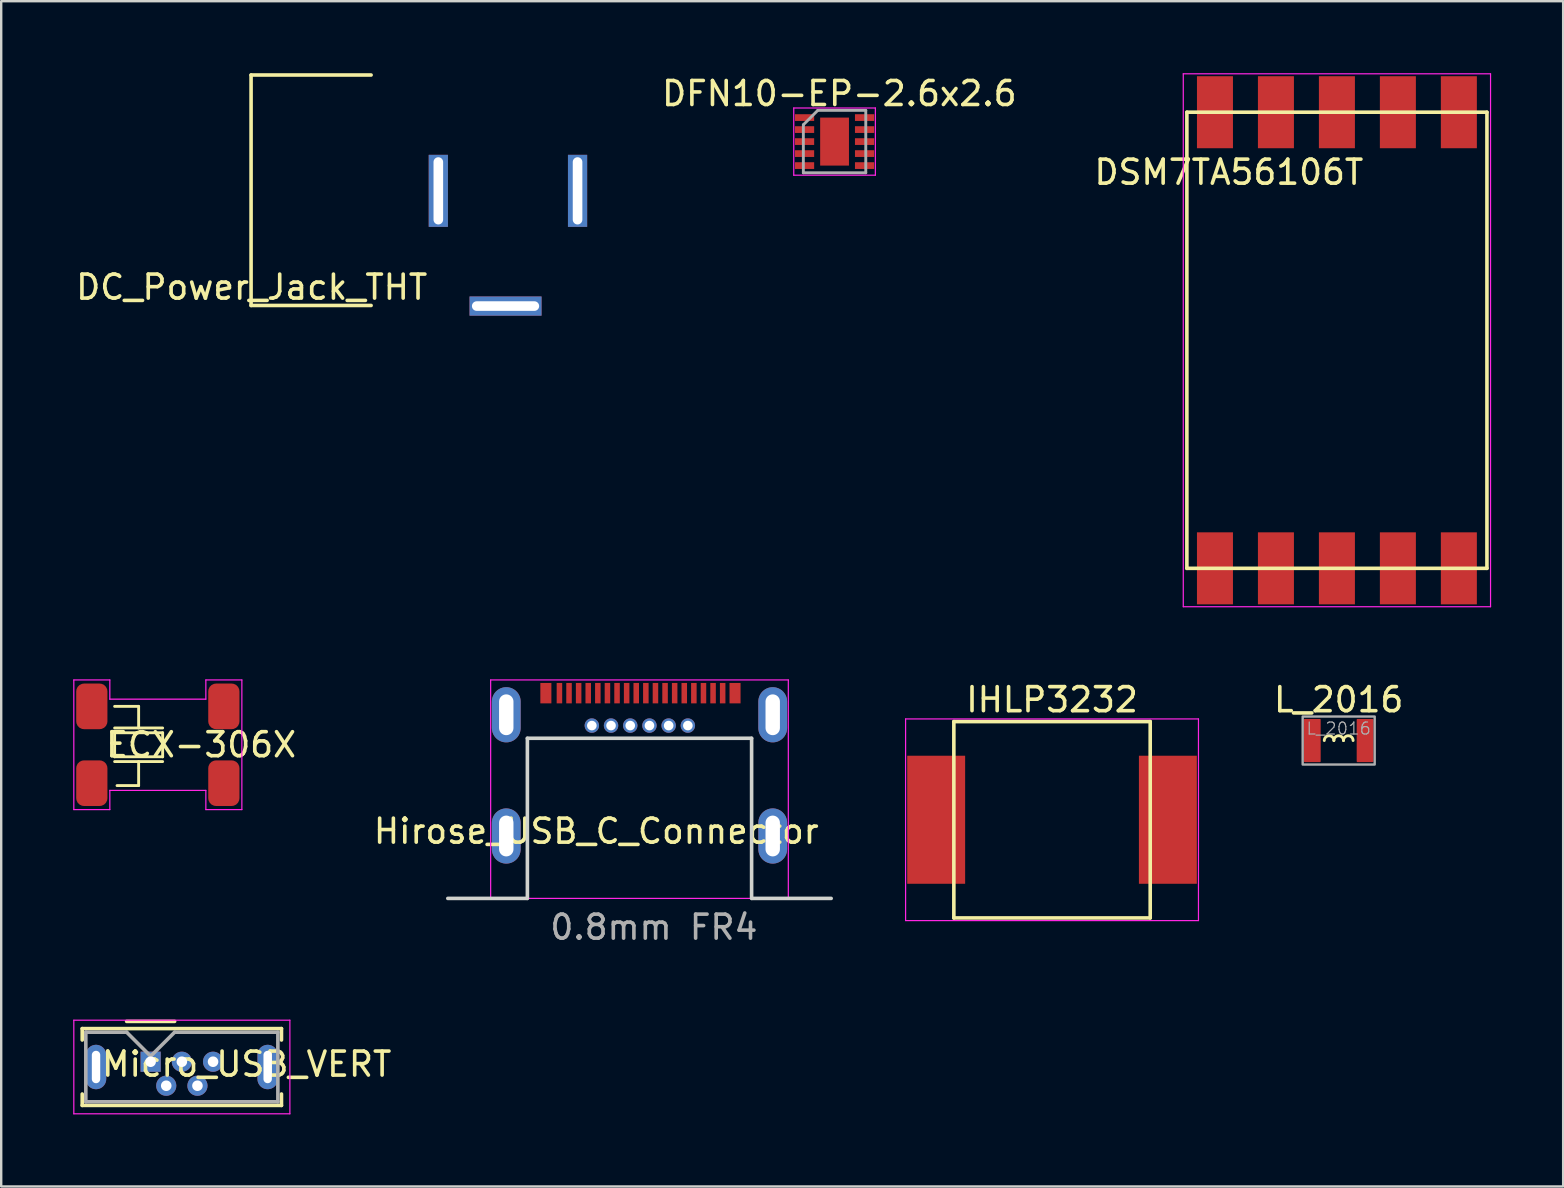
<source format=kicad_pcb>
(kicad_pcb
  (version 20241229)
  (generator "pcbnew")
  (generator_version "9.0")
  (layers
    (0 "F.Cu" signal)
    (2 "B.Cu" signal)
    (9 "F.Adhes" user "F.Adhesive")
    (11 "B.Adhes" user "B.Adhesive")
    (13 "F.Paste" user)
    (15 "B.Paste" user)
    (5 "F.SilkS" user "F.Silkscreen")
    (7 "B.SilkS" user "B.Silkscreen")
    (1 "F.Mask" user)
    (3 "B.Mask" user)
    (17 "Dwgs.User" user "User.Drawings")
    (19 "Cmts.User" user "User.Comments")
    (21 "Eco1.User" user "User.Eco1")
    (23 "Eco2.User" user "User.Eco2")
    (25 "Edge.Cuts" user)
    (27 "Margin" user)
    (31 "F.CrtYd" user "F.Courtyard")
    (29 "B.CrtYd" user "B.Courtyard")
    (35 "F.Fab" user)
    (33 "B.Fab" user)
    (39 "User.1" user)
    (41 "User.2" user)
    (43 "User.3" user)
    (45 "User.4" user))
  (footprint "DSM7TA56106T"
    (layer "F.Cu")
    (at 52.641 11.125)
    (property "Reference" "DSM7TA56106T" (at -4.5 -7 0) (layer "F.SilkS") (effects (font (size 1 1) (thickness 0.15))))
    (fp_line (start -6.25 -9.5) (end -6.25 9.5) (stroke (width 0.15) (type solid)) (layer "F.SilkS"))
    (fp_line (start -6.25 -9.5) (end 6.25 -9.5) (stroke (width 0.15) (type solid)) (layer "F.SilkS"))
    (fp_line (start -6.25 9.5) (end 6.25 9.5) (stroke (width 0.15) (type solid)) (layer "F.SilkS"))
    (fp_line (start 6.25 -9.5) (end 6.25 9.5) (stroke (width 0.15) (type solid)) (layer "F.SilkS"))
    (fp_line (start -6.4 -11.1) (end 6.4 -11.1) (stroke (width 0.05) (type solid)) (layer "F.CrtYd"))
    (fp_line (start -6.4 11.1) (end -6.4 -11.1) (stroke (width 0.05) (type solid)) (layer "F.CrtYd"))
    (fp_line (start 6.4 -11.1) (end 6.4 11.1) (stroke (width 0.05) (type solid)) (layer "F.CrtYd"))
    (fp_line (start 6.4 11.1) (end -6.4 11.1) (stroke (width 0.05) (type solid)) (layer "F.CrtYd"))
    (pad "1" smd rect (at 5.08 9.5) (size 1.5 3) (layers "F.Cu" "F.Mask" "F.Paste"))
    (pad "2" smd rect (at 2.54 9.5) (size 1.5 3) (layers "F.Cu" "F.Mask" "F.Paste"))
    (pad "3" smd rect (at 0 9.5) (size 1.5 3) (layers "F.Cu" "F.Mask" "F.Paste"))
    (pad "4" smd rect (at -2.54 9.5) (size 1.5 3) (layers "F.Cu" "F.Mask" "F.Paste"))
    (pad "5" smd rect (at -5.08 9.5) (size 1.5 3) (layers "F.Cu" "F.Mask" "F.Paste"))
    (pad "6" smd rect (at 5.08 -9.5) (size 1.5 3) (layers "F.Cu" "F.Mask" "F.Paste"))
    (pad "7" smd rect (at 2.54 -9.5) (size 1.5 3) (layers "F.Cu" "F.Mask" "F.Paste"))
    (pad "8" smd rect (at 0 -9.5) (size 1.5 3) (layers "F.Cu" "F.Mask" "F.Paste"))
    (pad "9" smd rect (at -2.54 -9.5) (size 1.5 3) (layers "F.Cu" "F.Mask" "F.Paste"))
    (pad "10" smd rect (at -5.08 -9.5) (size 1.5 3) (layers "F.Cu" "F.Mask" "F.Paste")))
  (footprint "DC_Power_Jack_THT"
    (layer "F.Cu")
    (at 18.382 4.9)
    (property "Reference" "DC_Power_Jack_THT" (at -10.947 4.013 0) (layer "F.SilkS") (effects (font (size 1 1) (thickness 0.15))))
    (fp_line (start -10.973 -4.825) (end -5.973 -4.825) (stroke (width 0.15) (type solid)) (layer "F.SilkS"))
    (fp_line (start -10.973 4.775) (end -10.973 -4.825) (stroke (width 0.15) (type solid)) (layer "F.SilkS"))
    (fp_line (start -10.973 4.775) (end -5.973 4.775) (stroke (width 0.15) (type solid)) (layer "F.SilkS"))
    (pad "1" thru_hole rect (at -0.373 4.8) (size 3 0.8) (drill oval 2.8 0.4) (layers "*.Cu" "*.Mask"))
    (pad "2" thru_hole rect (at 2.627 0 90) (size 3 0.8) (drill oval 2.8 0.4) (layers "*.Cu" "*.Mask"))
    (pad "3" thru_hole rect (at -3.173 0 90) (size 3 0.8) (drill oval 2.8 0.4) (layers "*.Cu" "*.Mask")))
  (footprint "Hirose_USB_C_Connector"
    (layer "F.Cu")
    (at 23.589 34.375)
    (property "Reference" "Hirose_USB_C_Connector" (at -1.8 -2.8 0) (layer "F.SilkS") (effects (font (size 1 1) (thickness 0.15))))
    (fp_line (start -4.685 0) (end -7.985 0) (stroke (width 0.15) (type solid)) (layer "Edge.Cuts"))
    (fp_line (start -4.67 -6.67) (end 4.67 -6.67) (stroke (width 0.15) (type solid)) (layer "Edge.Cuts"))
    (fp_line (start -4.67 0) (end -4.67 -6.67) (stroke (width 0.15) (type solid)) (layer "Edge.Cuts"))
    (fp_line (start 4.67 0) (end 4.67 -6.67) (stroke (width 0.15) (type solid)) (layer "Edge.Cuts"))
    (fp_line (start 4.685 0) (end 7.985 0) (stroke (width 0.15) (type solid)) (layer "Edge.Cuts"))
    (fp_line (start -6.2 -9.1) (end 6.2 -9.1) (stroke (width 0.05) (type solid)) (layer "F.CrtYd"))
    (fp_line (start -6.2 0) (end -6.2 -9.1) (stroke (width 0.05) (type solid)) (layer "F.CrtYd"))
    (fp_line (start 6.2 -9.1) (end 6.2 0) (stroke (width 0.05) (type solid)) (layer "F.CrtYd"))
    (fp_line (start 6.2 0) (end -6.2 0) (stroke (width 0.05) (type solid)) (layer "F.CrtYd"))
    (fp_text user "0.8mm FR4" (at 0.6 1.2 0) (layer "F.Fab") (effects (font (size 1 1) (thickness 0.15))))
    (pad "A1" smd rect (at -2.135 -8.55) (size 0.23 0.85) (layers "F.Cu" "F.Mask" "F.Paste"))
    (pad "A2" smd rect (at -1.735 -8.55) (size 0.23 0.85) (layers "F.Cu" "F.Mask" "F.Paste"))
    (pad "A3" smd rect (at -1.335 -8.55) (size 0.23 0.85) (layers "F.Cu" "F.Mask" "F.Paste"))
    (pad "A4" smd rect (at -0.935 -8.55) (size 0.23 0.85) (layers "F.Cu" "F.Mask" "F.Paste"))
    (pad "A5" smd rect (at -0.535 -8.55) (size 0.23 0.85) (layers "F.Cu" "F.Mask" "F.Paste"))
    (pad "A6" smd rect (at -0.135 -8.55) (size 0.23 0.85) (layers "F.Cu" "F.Mask" "F.Paste"))
    (pad "A7" smd rect (at 0.265 -8.55) (size 0.23 0.85) (layers "F.Cu" "F.Mask" "F.Paste"))
    (pad "A8" smd rect (at 0.665 -8.55) (size 0.23 0.85) (layers "F.Cu" "F.Mask" "F.Paste"))
    (pad "A9" smd rect (at 1.065 -8.55) (size 0.23 0.85) (layers "F.Cu" "F.Mask" "F.Paste"))
    (pad "A10" smd rect (at 1.465 -8.55) (size 0.23 0.85) (layers "F.Cu" "F.Mask" "F.Paste"))
    (pad "A11" smd rect (at 1.865 -8.55) (size 0.23 0.85) (layers "F.Cu" "F.Mask" "F.Paste"))
    (pad "A12" smd rect (at 2.265 -8.55) (size 0.23 0.85) (layers "F.Cu" "F.Mask" "F.Paste"))
    (pad "B1" smd rect (at 3.465 -8.55) (size 0.23 0.85) (layers "F.Cu" "F.Mask" "F.Paste"))
    (pad "B2" smd rect (at 3.065 -8.55) (size 0.23 0.85) (layers "F.Cu" "F.Mask" "F.Paste"))
    (pad "B3" smd rect (at 2.665 -8.55) (size 0.23 0.85) (layers "F.Cu" "F.Mask" "F.Paste"))
    (pad "B4" thru_hole circle (at 2.015 -7.2) (size 0.6 0.6) (drill 0.4) (layers "*.Cu" "*.Mask"))
    (pad "B5" thru_hole circle (at 1.215 -7.2) (size 0.6 0.6) (drill 0.4) (layers "*.Cu" "*.Mask"))
    (pad "B6" thru_hole circle (at 0.415 -7.2) (size 0.6 0.6) (drill 0.4) (layers "*.Cu" "*.Mask"))
    (pad "B7" thru_hole circle (at -0.385 -7.2) (size 0.6 0.6) (drill 0.4) (layers "*.Cu" "*.Mask"))
    (pad "B8" thru_hole circle (at -1.185 -7.2) (size 0.6 0.6) (drill 0.4) (layers "*.Cu" "*.Mask"))
    (pad "B9" thru_hole circle (at -1.985 -7.2) (size 0.6 0.6) (drill 0.4) (layers "*.Cu" "*.Mask"))
    (pad "B10" smd rect (at -2.535 -8.55) (size 0.23 0.85) (layers "F.Cu" "F.Mask" "F.Paste"))
    (pad "B11" smd rect (at -2.935 -8.55) (size 0.23 0.85) (layers "F.Cu" "F.Mask" "F.Paste"))
    (pad "B12" smd rect (at -3.335 -8.55) (size 0.23 0.85) (layers "F.Cu" "F.Mask" "F.Paste"))
    (pad "S1" smd rect (at -3.9 -8.55) (size 0.46 0.85) (layers "F.Cu" "F.Mask" "F.Paste"))
    (pad "S2" smd rect (at 3.98 -8.55) (size 0.46 0.85) (layers "F.Cu" "F.Mask" "F.Paste"))
    (pad "S3" thru_hole oval (at -5.55 -7.65) (size 1.2 2.3) (drill oval 0.6 1.7) (layers "*.Cu" "*.Mask"))
    (pad "S4" thru_hole oval (at 5.55 -7.65) (size 1.2 2.3) (drill oval 0.6 1.7) (layers "*.Cu" "*.Mask"))
    (pad "S5" thru_hole oval (at -5.55 -2.6) (size 1.2 2.3) (drill oval 0.6 1.7) (layers "*.Cu" "*.Mask"))
    (pad "S6" thru_hole oval (at 5.55 -2.6) (size 1.2 2.3) (drill oval 0.6 1.7) (layers "*.Cu" "*.Mask")))
  (footprint "L_2016"
    (layer "F.Cu")
    (at 52.715 27.798)
    (property "Reference" "L_2016" (at 0 -1.7 0) (unlocked yes) (layer "F.SilkS") (effects (font (size 1 1) (thickness 0.15))))
    (fp_arc (start -0.6 0) (mid -0.4 -0.2) (end -0.2 0) (stroke (width 0.12) (type solid)) (layer "F.SilkS"))
    (fp_arc (start -0.2 0) (mid 0 -0.2) (end 0.2 0) (stroke (width 0.12) (type solid)) (layer "F.SilkS"))
    (fp_arc (start 0.2 0) (mid 0.4 -0.2) (end 0.6 0) (stroke (width 0.12) (type solid)) (layer "F.SilkS"))
    (fp_rect (start -1.5 -1) (end 1.5 1) (stroke (width 0.1) (type solid)) (fill no) (layer "F.Fab"))
    (fp_text user "${REFERENCE}" (at 0 -0.5 0) (unlocked yes) (layer "F.Fab") (effects (font (size 0.5 0.5) (thickness 0.05))))
    (pad "1" smd roundrect (at 1.1 0) (size 0.7 1.8) (layers "F.Cu" "F.Mask" "F.Paste") (roundrect_rratio 0.05))
    (pad "2" smd roundrect (at -1.1 0) (size 0.7 1.8) (layers "F.Cu" "F.Mask" "F.Paste") (roundrect_rratio 0.05)))
  (footprint "DFN10-EP-2.6x2.6"
    (layer "F.Cu")
    (at 31.915 2.848)
    (property "Reference" "DFN10-EP-2.6x2.6" (at 0 -2 0) (layer "F.SilkS") (effects (font (size 1 1) (thickness 0.15))))
    (fp_line (start -1.9 -1.4) (end 1.5 -1.4) (stroke (width 0.05) (type solid)) (layer "F.CrtYd"))
    (fp_line (start -1.9 1.4) (end -1.9 -1.4) (stroke (width 0.05) (type solid)) (layer "F.CrtYd"))
    (fp_line (start 1.5 -1.4) (end 1.5 1.4) (stroke (width 0.05) (type solid)) (layer "F.CrtYd"))
    (fp_line (start 1.5 1.4) (end -1.9 1.4) (stroke (width 0.05) (type solid)) (layer "F.CrtYd"))
    (fp_line (start -1.5 -0.7) (end -1.5 1.3) (stroke (width 0.12) (type solid)) (layer "F.Fab"))
    (fp_line (start -1.5 -0.7) (end -0.9 -1.3) (stroke (width 0.12) (type solid)) (layer "F.Fab"))
    (fp_line (start -0.9 -1.3) (end 1.1 -1.3) (stroke (width 0.12) (type solid)) (layer "F.Fab"))
    (fp_line (start 1.1 1.3) (end -1.5 1.3) (stroke (width 0.12) (type solid)) (layer "F.Fab"))
    (fp_line (start 1.1 1.3) (end 1.1 -1.3) (stroke (width 0.12) (type solid)) (layer "F.Fab"))
    (pad "0" smd rect (at -0.2 0 270) (size 2 1.2) (layers "F.Cu" "F.Mask"))
    (pad "1" smd rect (at -1.45 -1 270) (size 0.28 0.8) (layers "F.Cu" "F.Mask" "F.Paste"))
    (pad "2" smd rect (at -1.45 -0.5 270) (size 0.28 0.8) (layers "F.Cu" "F.Mask" "F.Paste"))
    (pad "3" smd rect (at -1.45 0 270) (size 0.28 0.8) (layers "F.Cu" "F.Mask" "F.Paste"))
    (pad "4" smd rect (at -1.45 0.5 270) (size 0.28 0.8) (layers "F.Cu" "F.Mask" "F.Paste"))
    (pad "5" smd rect (at -1.45 1 270) (size 0.28 0.8) (layers "F.Cu" "F.Mask" "F.Paste"))
    (pad "6" smd rect (at 1.05 1 270) (size 0.28 0.8) (layers "F.Cu" "F.Mask" "F.Paste"))
    (pad "7" smd rect (at 1.05 0.5 270) (size 0.28 0.8) (layers "F.Cu" "F.Mask" "F.Paste"))
    (pad "8" smd rect (at 1.05 0 270) (size 0.28 0.8) (layers "F.Cu" "F.Mask" "F.Paste"))
    (pad "9" smd rect (at 1.05 -0.5 270) (size 0.28 0.8) (layers "F.Cu" "F.Mask" "F.Paste"))
    (pad "10" smd rect (at 1.05 -1 270) (size 0.28 0.8) (layers "F.Cu" "F.Mask" "F.Paste")))
  (footprint "IHLP3232"
    (layer "F.Cu")
    (at 40.774 31.098)
    (property "Reference" "IHLP3232" (at 0 -5 180) (layer "F.SilkS") (effects (font (size 1 1) (thickness 0.15))))
    (fp_line (start -4.09 -4.09) (end -4.09 4.09) (stroke (width 0.15) (type solid)) (layer "F.SilkS"))
    (fp_line (start -4.09 4.09) (end 4.09 4.09) (stroke (width 0.15) (type solid)) (layer "F.SilkS"))
    (fp_line (start 4.09 -4.09) (end -4.09 -4.09) (stroke (width 0.15) (type solid)) (layer "F.SilkS"))
    (fp_line (start 4.09 4.09) (end 4.09 -4.09) (stroke (width 0.15) (type solid)) (layer "F.SilkS"))
    (fp_line (start -6.1 -4.2) (end -6.1 4.2) (stroke (width 0.05) (type solid)) (layer "F.CrtYd"))
    (fp_line (start -6.1 4.2) (end 6.1 4.2) (stroke (width 0.05) (type solid)) (layer "F.CrtYd"))
    (fp_line (start 6.1 -4.2) (end -6.1 -4.2) (stroke (width 0.05) (type solid)) (layer "F.CrtYd"))
    (fp_line (start 6.1 4.2) (end 6.1 -4.2) (stroke (width 0.05) (type solid)) (layer "F.CrtYd"))
    (pad "1" smd rect (at -4.826 0) (size 2.413 5.334) (layers "F.Cu" "F.Mask" "F.Paste"))
    (pad "2" smd rect (at 4.826 0) (size 2.413 5.334) (layers "F.Cu" "F.Mask" "F.Paste")))
  (footprint "ECX-306X"
    (layer "F.Cu")
    (at 3.525 27.975)
    (property "Reference" "ECX-306X" (at 1.8 0 0) (layer "F.SilkS") (effects (font (size 1 1) (thickness 0.15))))
    (fp_line (start -1.8 -1.6) (end -0.8 -1.6) (stroke (width 0.12) (type solid)) (layer "F.SilkS"))
    (fp_line (start -1.8 -0.7) (end 0.2 -0.7) (stroke (width 0.12) (type solid)) (layer "F.SilkS"))
    (fp_line (start -1.8 -0.5) (end 0.2 -0.5) (stroke (width 0.12) (type solid)) (layer "F.SilkS"))
    (fp_line (start -1.8 0.5) (end -1.8 -0.5) (stroke (width 0.12) (type solid)) (layer "F.SilkS"))
    (fp_line (start -1.8 0.7) (end 0.2 0.7) (stroke (width 0.12) (type solid)) (layer "F.SilkS"))
    (fp_line (start -0.8 -1.6) (end -0.8 -0.7) (stroke (width 0.12) (type solid)) (layer "F.SilkS"))
    (fp_line (start -0.8 0.7) (end -0.8 1.7) (stroke (width 0.12) (type solid)) (layer "F.SilkS"))
    (fp_line (start -0.8 1.7) (end -1.7 1.7) (stroke (width 0.12) (type solid)) (layer "F.SilkS"))
    (fp_line (start 0.2 -0.5) (end 0.2 0.5) (stroke (width 0.12) (type solid)) (layer "F.SilkS"))
    (fp_line (start 0.2 0.5) (end -1.8 0.5) (stroke (width 0.12) (type solid)) (layer "F.SilkS"))
    (fp_line (start -3.5 -2.7) (end -3.5 2.7) (stroke (width 0.05) (type solid)) (layer "F.CrtYd"))
    (fp_line (start -3.5 -2.7) (end -2 -2.7) (stroke (width 0.05) (type solid)) (layer "F.CrtYd"))
    (fp_line (start -3.5 2.7) (end -2 2.7) (stroke (width 0.05) (type solid)) (layer "F.CrtYd"))
    (fp_line (start -2 -2.7) (end -2 -1.9) (stroke (width 0.05) (type solid)) (layer "F.CrtYd"))
    (fp_line (start -2 -1.9) (end 2 -1.9) (stroke (width 0.05) (type solid)) (layer "F.CrtYd"))
    (fp_line (start -2 1.9) (end 2 1.9) (stroke (width 0.05) (type solid)) (layer "F.CrtYd"))
    (fp_line (start -2 2.7) (end -2 1.9) (stroke (width 0.05) (type solid)) (layer "F.CrtYd"))
    (fp_line (start 2 -2.7) (end 2 -1.9) (stroke (width 0.05) (type solid)) (layer "F.CrtYd"))
    (fp_line (start 2 1.9) (end 2 2.7) (stroke (width 0.05) (type solid)) (layer "F.CrtYd"))
    (fp_line (start 2 2.7) (end 3.5 2.7) (stroke (width 0.05) (type solid)) (layer "F.CrtYd"))
    (fp_line (start 3.5 -2.7) (end 2 -2.7) (stroke (width 0.05) (type solid)) (layer "F.CrtYd"))
    (fp_line (start 3.5 -2.7) (end 3.5 2.7) (stroke (width 0.05) (type solid)) (layer "F.CrtYd"))
    (pad "1" smd roundrect (at -2.75 1.6) (size 1.3 1.9) (layers "F.Cu" "F.Mask" "F.Paste") (roundrect_rratio 0.25))
    (pad "2" smd roundrect (at 2.75 1.6) (size 1.3 1.9) (layers "F.Cu" "F.Mask" "F.Paste") (roundrect_rratio 0.25))
    (pad "3" smd roundrect (at 2.75 -1.6) (size 1.3 1.9) (layers "F.Cu" "F.Mask" "F.Paste") (roundrect_rratio 0.25))
    (pad "4" smd roundrect (at -2.75 -1.6) (size 1.3 1.9) (layers "F.Cu" "F.Mask" "F.Paste") (roundrect_rratio 0.25)))
  (footprint "Micro_USB_VERT"
    (layer "F.Cu")
    (at 3.225 41.178)
    (property "Reference" "Micro_USB_VERT" (at 4 0.1 0) (layer "F.SilkS") (effects (font (size 1 1) (thickness 0.15))))
    (fp_line (start -2.85 -1.38) (end 5.45 -1.38) (stroke (width 0.15) (type solid)) (layer "F.SilkS"))
    (fp_line (start -2.85 -0.905) (end -2.85 -1.38) (stroke (width 0.15) (type solid)) (layer "F.SilkS"))
    (fp_line (start -2.85 1.345) (end -2.85 1.82) (stroke (width 0.15) (type solid)) (layer "F.SilkS"))
    (fp_line (start -2.85 1.82) (end 5.45 1.82) (stroke (width 0.15) (type solid)) (layer "F.SilkS"))
    (fp_line (start -1 -1.68) (end 1 -1.68) (stroke (width 0.15) (type solid)) (layer "F.SilkS"))
    (fp_line (start 5.45 -1.38) (end 5.45 -0.905) (stroke (width 0.15) (type solid)) (layer "F.SilkS"))
    (fp_line (start 5.45 1.82) (end 5.45 1.345) (stroke (width 0.15) (type solid)) (layer "F.SilkS"))
    (fp_line (start -3.2 -1.73) (end -3.2 2.17) (stroke (width 0.05) (type solid)) (layer "F.CrtYd"))
    (fp_line (start -3.2 2.17) (end 5.8 2.17) (stroke (width 0.05) (type solid)) (layer "F.CrtYd"))
    (fp_line (start 5.8 -1.73) (end -3.2 -1.73) (stroke (width 0.05) (type solid)) (layer "F.CrtYd"))
    (fp_line (start 5.8 2.17) (end 5.8 -1.73) (stroke (width 0.05) (type solid)) (layer "F.CrtYd"))
    (fp_line (start -2.7 -1.23) (end -1 -1.23) (stroke (width 0.15) (type solid)) (layer "F.Fab"))
    (fp_line (start -2.7 1.67) (end -2.7 -1.23) (stroke (width 0.15) (type solid)) (layer "F.Fab"))
    (fp_line (start -1 -1.23) (end 0 -0.23) (stroke (width 0.15) (type solid)) (layer "F.Fab"))
    (fp_line (start 0 -0.23) (end 1 -1.23) (stroke (width 0.15) (type solid)) (layer "F.Fab"))
    (fp_line (start 1 -1.23) (end 5.3 -1.23) (stroke (width 0.15) (type solid)) (layer "F.Fab"))
    (fp_line (start 5.3 -1.23) (end 5.3 1.67) (stroke (width 0.15) (type solid)) (layer "F.Fab"))
    (fp_line (start 5.3 1.67) (end -2.7 1.67) (stroke (width 0.15) (type solid)) (layer "F.Fab"))
    (pad "1" thru_hole rect (at 0 0) (size 0.84 0.84) (drill 0.44) (layers "*.Cu" "*.Mask"))
    (pad "2" thru_hole circle (at 0.65 1) (size 0.84 0.84) (drill 0.44) (layers "*.Cu" "*.Mask"))
    (pad "3" thru_hole circle (at 1.3 0) (size 0.84 0.84) (drill 0.44) (layers "*.Cu" "*.Mask"))
    (pad "4" thru_hole circle (at 1.95 1) (size 0.84 0.84) (drill 0.44) (layers "*.Cu" "*.Mask"))
    (pad "5" thru_hole circle (at 2.6 0) (size 0.84 0.84) (drill 0.44) (layers "*.Cu" "*.Mask"))
    (pad "6" thru_hole oval (at -2.275 0.22) (size 0.85 1.85) (drill oval 0.35 1.35) (layers "*.Cu" "*.Mask"))
    (pad "6" thru_hole oval (at 4.875 0.22) (size 0.85 1.85) (drill oval 0.35 1.35) (layers "*.Cu" "*.Mask")))
  (gr_rect
    (start -3 -3)
    (end 62.066 46.373)
    (stroke (width 0.1) (type default))
    (fill no)
    (layer "Edge.Cuts")))
</source>
